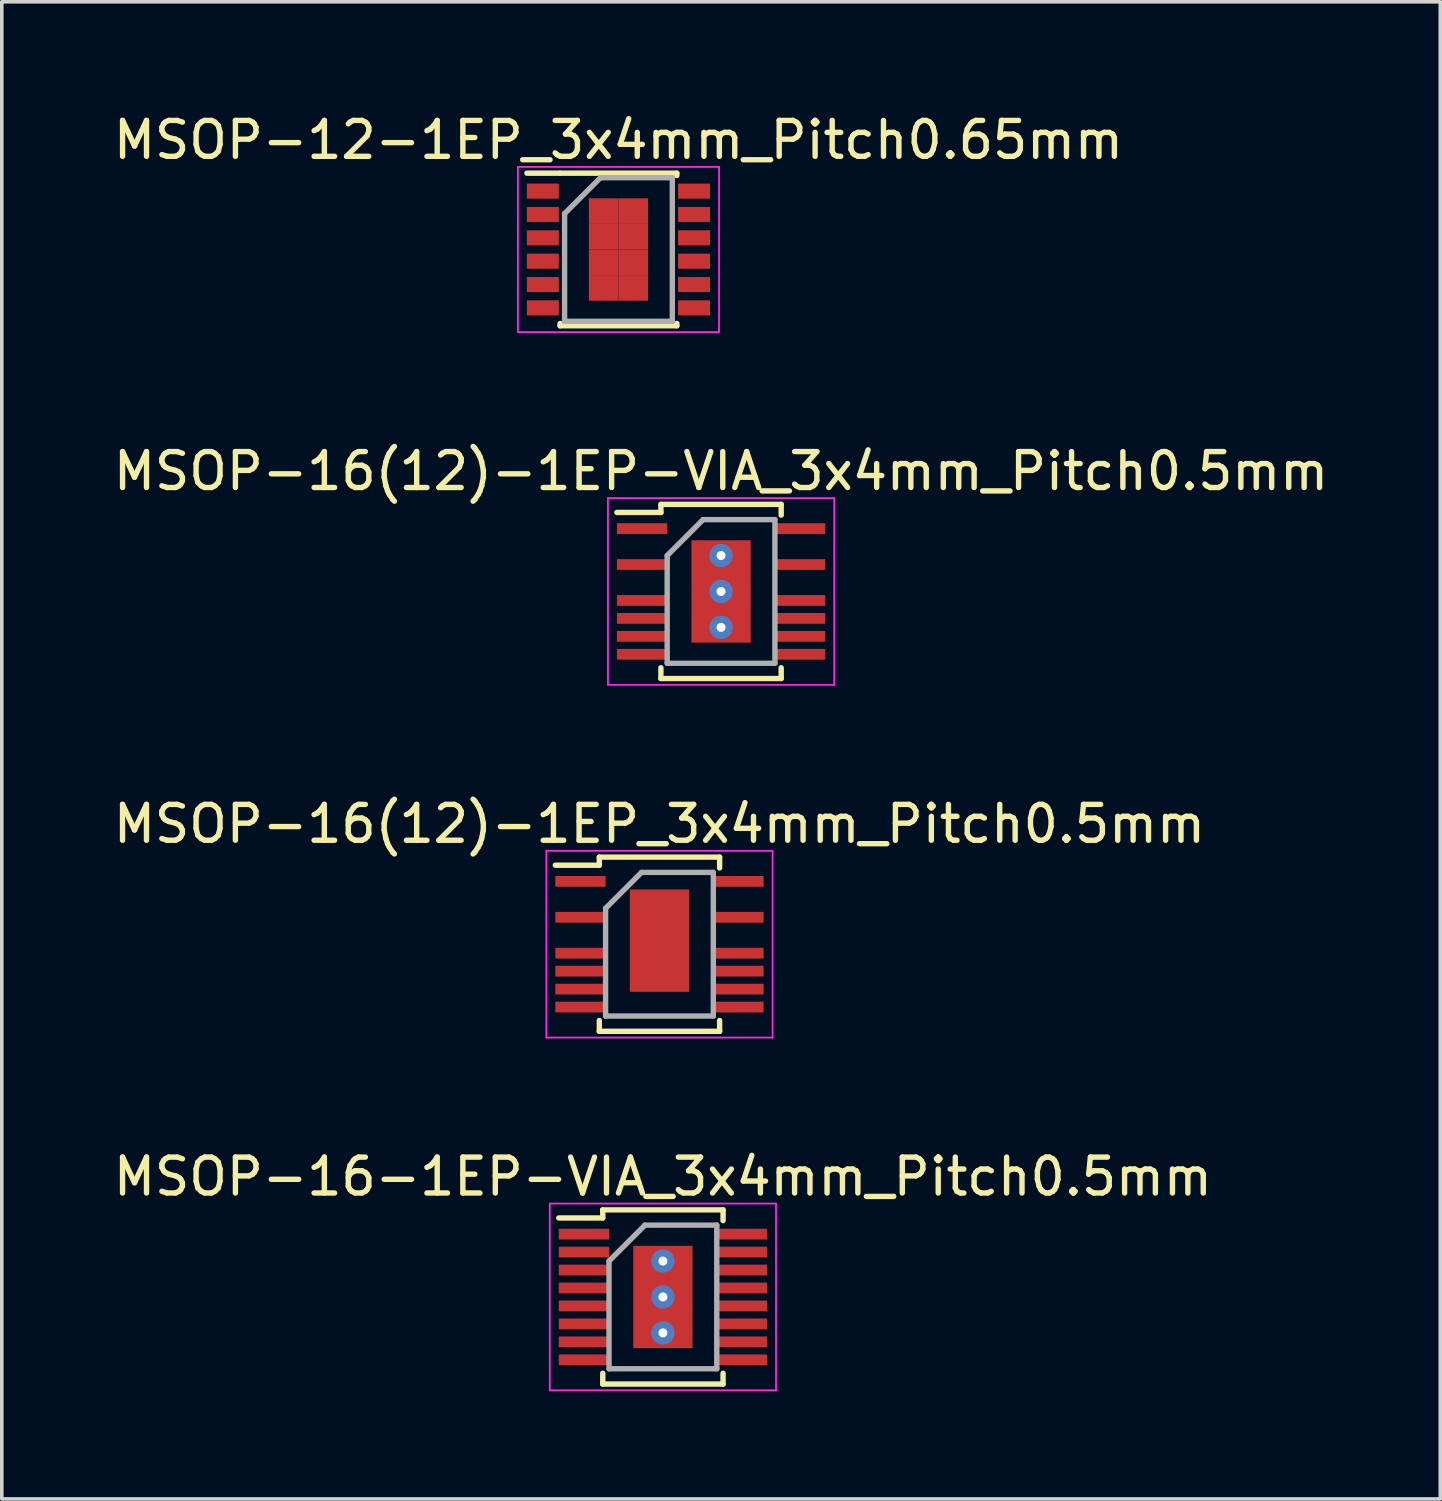
<source format=kicad_pcb>
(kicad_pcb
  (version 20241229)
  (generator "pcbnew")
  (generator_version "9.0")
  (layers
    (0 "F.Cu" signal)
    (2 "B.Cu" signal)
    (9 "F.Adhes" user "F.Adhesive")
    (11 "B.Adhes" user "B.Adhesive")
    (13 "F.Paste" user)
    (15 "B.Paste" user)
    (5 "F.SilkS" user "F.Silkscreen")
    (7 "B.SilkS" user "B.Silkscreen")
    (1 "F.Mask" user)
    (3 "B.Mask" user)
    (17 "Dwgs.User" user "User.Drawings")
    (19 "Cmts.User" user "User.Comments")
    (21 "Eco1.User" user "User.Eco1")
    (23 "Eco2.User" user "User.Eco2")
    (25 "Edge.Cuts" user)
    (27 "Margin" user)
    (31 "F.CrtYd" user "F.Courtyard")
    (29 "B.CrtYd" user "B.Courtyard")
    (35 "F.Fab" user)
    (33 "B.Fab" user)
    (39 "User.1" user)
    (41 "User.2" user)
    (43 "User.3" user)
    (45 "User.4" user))
  (footprint "MSOP-16(12)-1EP-VIA_3x4mm_Pitch0.5mm"
    (layer "F.Cu")
    (at 17.03 13.421)
    (property "Reference" "MSOP-16(12)-1EP-VIA_3x4mm_Pitch0.5mm" (at 0 -3.35 0) (layer "F.SilkS") (effects (font (size 1 1) (thickness 0.15))))
    (attr smd)
    (fp_line (start -1.675 -2.425) (end -1.675 -2.2) (stroke (width 0.15) (type solid)) (layer "F.SilkS"))
    (fp_line (start -1.675 -2.425) (end 1.675 -2.425) (stroke (width 0.15) (type solid)) (layer "F.SilkS"))
    (fp_line (start -1.675 -2.2) (end -2.9 -2.2) (stroke (width 0.15) (type solid)) (layer "F.SilkS"))
    (fp_line (start -1.675 2.425) (end -1.675 2.125) (stroke (width 0.15) (type solid)) (layer "F.SilkS"))
    (fp_line (start -1.675 2.425) (end 1.675 2.425) (stroke (width 0.15) (type solid)) (layer "F.SilkS"))
    (fp_line (start 1.675 -2.425) (end 1.675 -2.125) (stroke (width 0.15) (type solid)) (layer "F.SilkS"))
    (fp_line (start 1.675 2.425) (end 1.675 2.125) (stroke (width 0.15) (type solid)) (layer "F.SilkS"))
    (fp_line (start -3.15 -2.6) (end -3.15 2.6) (stroke (width 0.05) (type solid)) (layer "F.CrtYd"))
    (fp_line (start -3.15 -2.6) (end 3.15 -2.6) (stroke (width 0.05) (type solid)) (layer "F.CrtYd"))
    (fp_line (start -3.15 2.6) (end 3.15 2.6) (stroke (width 0.05) (type solid)) (layer "F.CrtYd"))
    (fp_line (start 3.15 -2.6) (end 3.15 2.6) (stroke (width 0.05) (type solid)) (layer "F.CrtYd"))
    (fp_line (start -1.5 -1) (end -0.5 -2) (stroke (width 0.15) (type solid)) (layer "F.Fab"))
    (fp_line (start -1.5 2) (end -1.5 -1) (stroke (width 0.15) (type solid)) (layer "F.Fab"))
    (fp_line (start -0.5 -2) (end 1.5 -2) (stroke (width 0.15) (type solid)) (layer "F.Fab"))
    (fp_line (start 1.5 -2) (end 1.5 2) (stroke (width 0.15) (type solid)) (layer "F.Fab"))
    (fp_line (start 1.5 2) (end -1.5 2) (stroke (width 0.15) (type solid)) (layer "F.Fab"))
    (pad "1" smd rect (at -2.2 -1.75) (size 1.4 0.3) (layers "F.Cu" "F.Mask" "F.Paste"))
    (pad "3" smd rect (at -2.2 -0.75) (size 1.4 0.3) (layers "F.Cu" "F.Mask" "F.Paste"))
    (pad "5" smd rect (at -2.2 0.25) (size 1.4 0.3) (layers "F.Cu" "F.Mask" "F.Paste"))
    (pad "6" smd rect (at -2.2 0.75) (size 1.4 0.3) (layers "F.Cu" "F.Mask" "F.Paste"))
    (pad "7" smd rect (at -2.2 1.25) (size 1.4 0.3) (layers "F.Cu" "F.Mask" "F.Paste"))
    (pad "8" smd rect (at -2.2 1.75) (size 1.4 0.3) (layers "F.Cu" "F.Mask" "F.Paste"))
    (pad "9" smd rect (at 2.2 1.75) (size 1.4 0.3) (layers "F.Cu" "F.Mask" "F.Paste"))
    (pad "10" smd rect (at 2.2 1.25) (size 1.4 0.3) (layers "F.Cu" "F.Mask" "F.Paste"))
    (pad "11" smd rect (at 2.2 0.75) (size 1.4 0.3) (layers "F.Cu" "F.Mask" "F.Paste"))
    (pad "12" smd rect (at 2.2 0.25) (size 1.4 0.3) (layers "F.Cu" "F.Mask" "F.Paste"))
    (pad "14" smd rect (at 2.2 -0.75) (size 1.4 0.3) (layers "F.Cu" "F.Mask" "F.Paste"))
    (pad "16" smd rect (at 2.2 -1.75) (size 1.4 0.3) (layers "F.Cu" "F.Mask" "F.Paste"))
    (pad "17" thru_hole circle (at 0 -1) (size 0.65 0.65) (drill 0.25) (layers "*.Cu" "*.Paste" "*.Mask"))
    (pad "17" thru_hole circle (at 0 0) (size 0.65 0.65) (drill 0.25) (layers "*.Cu" "*.Paste" "*.Mask"))
    (pad "17" smd rect (at 0 0) (size 1.65 2.85) (layers "F.Cu" "F.Mask" "F.Paste"))
    (pad "17" thru_hole circle (at 0 1) (size 0.65 0.65) (drill 0.25) (layers "*.Cu" "*.Paste" "*.Mask")))
  (footprint "MSOP-16(12)-1EP_3x4mm_Pitch0.5mm"
    (layer "F.Cu")
    (at 15.315 23.245)
    (property "Reference" "MSOP-16(12)-1EP_3x4mm_Pitch0.5mm" (at 0 -3.35 0) (layer "F.SilkS") (effects (font (size 1 1) (thickness 0.15))))
    (attr smd)
    (fp_line (start -1.675 -2.425) (end -1.675 -2.2) (stroke (width 0.15) (type solid)) (layer "F.SilkS"))
    (fp_line (start -1.675 -2.425) (end 1.675 -2.425) (stroke (width 0.15) (type solid)) (layer "F.SilkS"))
    (fp_line (start -1.675 -2.2) (end -2.9 -2.2) (stroke (width 0.15) (type solid)) (layer "F.SilkS"))
    (fp_line (start -1.675 2.425) (end -1.675 2.125) (stroke (width 0.15) (type solid)) (layer "F.SilkS"))
    (fp_line (start -1.675 2.425) (end 1.675 2.425) (stroke (width 0.15) (type solid)) (layer "F.SilkS"))
    (fp_line (start 1.675 -2.425) (end 1.675 -2.125) (stroke (width 0.15) (type solid)) (layer "F.SilkS"))
    (fp_line (start 1.675 2.425) (end 1.675 2.125) (stroke (width 0.15) (type solid)) (layer "F.SilkS"))
    (fp_line (start -3.15 -2.6) (end -3.15 2.6) (stroke (width 0.05) (type solid)) (layer "F.CrtYd"))
    (fp_line (start -3.15 -2.6) (end 3.15 -2.6) (stroke (width 0.05) (type solid)) (layer "F.CrtYd"))
    (fp_line (start -3.15 2.6) (end 3.15 2.6) (stroke (width 0.05) (type solid)) (layer "F.CrtYd"))
    (fp_line (start 3.15 -2.6) (end 3.15 2.6) (stroke (width 0.05) (type solid)) (layer "F.CrtYd"))
    (fp_line (start -1.5 -1) (end -0.5 -2) (stroke (width 0.15) (type solid)) (layer "F.Fab"))
    (fp_line (start -1.5 2) (end -1.5 -1) (stroke (width 0.15) (type solid)) (layer "F.Fab"))
    (fp_line (start -0.5 -2) (end 1.5 -2) (stroke (width 0.15) (type solid)) (layer "F.Fab"))
    (fp_line (start 1.5 -2) (end 1.5 2) (stroke (width 0.15) (type solid)) (layer "F.Fab"))
    (fp_line (start 1.5 2) (end -1.5 2) (stroke (width 0.15) (type solid)) (layer "F.Fab"))
    (pad "1" smd rect (at -2.2 -1.75) (size 1.4 0.3) (layers "F.Cu" "F.Mask" "F.Paste"))
    (pad "3" smd rect (at -2.2 -0.75) (size 1.4 0.3) (layers "F.Cu" "F.Mask" "F.Paste"))
    (pad "5" smd rect (at -2.2 0.25) (size 1.4 0.3) (layers "F.Cu" "F.Mask" "F.Paste"))
    (pad "6" smd rect (at -2.2 0.75) (size 1.4 0.3) (layers "F.Cu" "F.Mask" "F.Paste"))
    (pad "7" smd rect (at -2.2 1.25) (size 1.4 0.3) (layers "F.Cu" "F.Mask" "F.Paste"))
    (pad "8" smd rect (at -2.2 1.75) (size 1.4 0.3) (layers "F.Cu" "F.Mask" "F.Paste"))
    (pad "9" smd rect (at 2.2 1.75) (size 1.4 0.3) (layers "F.Cu" "F.Mask" "F.Paste"))
    (pad "10" smd rect (at 2.2 1.25) (size 1.4 0.3) (layers "F.Cu" "F.Mask" "F.Paste"))
    (pad "11" smd rect (at 2.2 0.75) (size 1.4 0.3) (layers "F.Cu" "F.Mask" "F.Paste"))
    (pad "12" smd rect (at 2.2 0.25) (size 1.4 0.3) (layers "F.Cu" "F.Mask" "F.Paste"))
    (pad "14" smd rect (at 2.2 -0.75) (size 1.4 0.3) (layers "F.Cu" "F.Mask" "F.Paste"))
    (pad "16" smd rect (at 2.2 -1.75) (size 1.4 0.3) (layers "F.Cu" "F.Mask" "F.Paste"))
    (pad "17" smd rect (at 0 -0.1) (size 1.65 2.85) (layers "F.Cu" "F.Mask" "F.Paste")))
  (footprint "MSOP-16-1EP-VIA_3x4mm_Pitch0.5mm"
    (layer "F.Cu")
    (at 15.411 33.068)
    (property "Reference" "MSOP-16-1EP-VIA_3x4mm_Pitch0.5mm" (at 0 -3.35 0) (layer "F.SilkS") (effects (font (size 1 1) (thickness 0.15))))
    (attr smd)
    (fp_line (start -1.675 -2.425) (end -1.675 -2.2) (stroke (width 0.15) (type solid)) (layer "F.SilkS"))
    (fp_line (start -1.675 -2.425) (end 1.675 -2.425) (stroke (width 0.15) (type solid)) (layer "F.SilkS"))
    (fp_line (start -1.675 -2.2) (end -2.9 -2.2) (stroke (width 0.15) (type solid)) (layer "F.SilkS"))
    (fp_line (start -1.675 2.425) (end -1.675 2.125) (stroke (width 0.15) (type solid)) (layer "F.SilkS"))
    (fp_line (start -1.675 2.425) (end 1.675 2.425) (stroke (width 0.15) (type solid)) (layer "F.SilkS"))
    (fp_line (start 1.675 -2.425) (end 1.675 -2.125) (stroke (width 0.15) (type solid)) (layer "F.SilkS"))
    (fp_line (start 1.675 2.425) (end 1.675 2.125) (stroke (width 0.15) (type solid)) (layer "F.SilkS"))
    (fp_line (start -3.15 -2.6) (end -3.15 2.6) (stroke (width 0.05) (type solid)) (layer "F.CrtYd"))
    (fp_line (start -3.15 -2.6) (end 3.15 -2.6) (stroke (width 0.05) (type solid)) (layer "F.CrtYd"))
    (fp_line (start -3.15 2.6) (end 3.15 2.6) (stroke (width 0.05) (type solid)) (layer "F.CrtYd"))
    (fp_line (start 3.15 -2.6) (end 3.15 2.6) (stroke (width 0.05) (type solid)) (layer "F.CrtYd"))
    (fp_line (start -1.5 -1) (end -0.5 -2) (stroke (width 0.15) (type solid)) (layer "F.Fab"))
    (fp_line (start -1.5 2) (end -1.5 -1) (stroke (width 0.15) (type solid)) (layer "F.Fab"))
    (fp_line (start -0.5 -2) (end 1.5 -2) (stroke (width 0.15) (type solid)) (layer "F.Fab"))
    (fp_line (start 1.5 -2) (end 1.5 2) (stroke (width 0.15) (type solid)) (layer "F.Fab"))
    (fp_line (start 1.5 2) (end -1.5 2) (stroke (width 0.15) (type solid)) (layer "F.Fab"))
    (pad "1" smd rect (at -2.2 -1.75) (size 1.4 0.3) (layers "F.Cu" "F.Mask" "F.Paste"))
    (pad "2" smd rect (at -2.2 -1.25) (size 1.4 0.3) (layers "F.Cu" "F.Mask" "F.Paste"))
    (pad "3" smd rect (at -2.2 -0.75) (size 1.4 0.3) (layers "F.Cu" "F.Mask" "F.Paste"))
    (pad "4" smd rect (at -2.2 -0.25) (size 1.4 0.3) (layers "F.Cu" "F.Mask" "F.Paste"))
    (pad "5" smd rect (at -2.2 0.25) (size 1.4 0.3) (layers "F.Cu" "F.Mask" "F.Paste"))
    (pad "6" smd rect (at -2.2 0.75) (size 1.4 0.3) (layers "F.Cu" "F.Mask" "F.Paste"))
    (pad "7" smd rect (at -2.2 1.25) (size 1.4 0.3) (layers "F.Cu" "F.Mask" "F.Paste"))
    (pad "8" smd rect (at -2.2 1.75) (size 1.4 0.3) (layers "F.Cu" "F.Mask" "F.Paste"))
    (pad "9" smd rect (at 2.2 1.75) (size 1.4 0.3) (layers "F.Cu" "F.Mask" "F.Paste"))
    (pad "10" smd rect (at 2.2 1.25) (size 1.4 0.3) (layers "F.Cu" "F.Mask" "F.Paste"))
    (pad "11" smd rect (at 2.2 0.75) (size 1.4 0.3) (layers "F.Cu" "F.Mask" "F.Paste"))
    (pad "12" smd rect (at 2.2 0.25) (size 1.4 0.3) (layers "F.Cu" "F.Mask" "F.Paste"))
    (pad "13" smd rect (at 2.2 -0.25) (size 1.4 0.3) (layers "F.Cu" "F.Mask" "F.Paste"))
    (pad "14" smd rect (at 2.2 -0.75) (size 1.4 0.3) (layers "F.Cu" "F.Mask" "F.Paste"))
    (pad "15" smd rect (at 2.2 -1.25) (size 1.4 0.3) (layers "F.Cu" "F.Mask" "F.Paste"))
    (pad "16" smd rect (at 2.2 -1.75) (size 1.4 0.3) (layers "F.Cu" "F.Mask" "F.Paste"))
    (pad "17" thru_hole circle (at 0 -1) (size 0.65 0.65) (drill 0.25) (layers "*.Cu" "*.Paste" "*.Mask"))
    (pad "17" thru_hole circle (at 0 0) (size 0.65 0.65) (drill 0.25) (layers "*.Cu" "*.Paste" "*.Mask"))
    (pad "17" smd rect (at 0 0) (size 1.65 2.85) (layers "F.Cu" "F.Mask" "F.Paste"))
    (pad "17" thru_hole circle (at 0 1) (size 0.65 0.65) (drill 0.25) (layers "*.Cu" "*.Paste" "*.Mask")))
  (footprint "MSOP-12-1EP_3x4mm_Pitch0.65mm"
    (layer "F.Cu")
    (at 14.173 3.898)
    (property "Reference" "MSOP-12-1EP_3x4mm_Pitch0.65mm" (at 0 -3.05 0) (layer "F.SilkS") (effects (font (size 1 1) (thickness 0.15))))
    (attr smd)
    (fp_line (start -1.625 -2.125) (end -2.55 -2.125) (stroke (width 0.15) (type solid)) (layer "F.SilkS"))
    (fp_line (start -1.625 -2.125) (end 1.625 -2.125) (stroke (width 0.15) (type solid)) (layer "F.SilkS"))
    (fp_line (start -1.625 2.125) (end -1.625 2.06) (stroke (width 0.15) (type solid)) (layer "F.SilkS"))
    (fp_line (start -1.625 2.125) (end 1.625 2.125) (stroke (width 0.15) (type solid)) (layer "F.SilkS"))
    (fp_line (start 1.625 -2.125) (end 1.625 -2.06) (stroke (width 0.15) (type solid)) (layer "F.SilkS"))
    (fp_line (start 1.625 2.125) (end 1.625 2.06) (stroke (width 0.15) (type solid)) (layer "F.SilkS"))
    (fp_line (start -2.8 -2.3) (end -2.8 2.3) (stroke (width 0.05) (type solid)) (layer "F.CrtYd"))
    (fp_line (start -2.8 -2.3) (end 2.8 -2.3) (stroke (width 0.05) (type solid)) (layer "F.CrtYd"))
    (fp_line (start -2.8 2.3) (end 2.8 2.3) (stroke (width 0.05) (type solid)) (layer "F.CrtYd"))
    (fp_line (start 2.8 -2.3) (end 2.8 2.3) (stroke (width 0.05) (type solid)) (layer "F.CrtYd"))
    (fp_line (start -1.5 -1) (end -0.5 -2) (stroke (width 0.15) (type solid)) (layer "F.Fab"))
    (fp_line (start -1.5 2) (end -1.5 -1) (stroke (width 0.15) (type solid)) (layer "F.Fab"))
    (fp_line (start -0.5 -2) (end 1.5 -2) (stroke (width 0.15) (type solid)) (layer "F.Fab"))
    (fp_line (start 1.5 -2) (end 1.5 2) (stroke (width 0.15) (type solid)) (layer "F.Fab"))
    (fp_line (start 1.5 2) (end -1.5 2) (stroke (width 0.15) (type solid)) (layer "F.Fab"))
    (pad "1" smd rect (at -2.105 -1.625) (size 0.89 0.42) (layers "F.Cu" "F.Mask" "F.Paste"))
    (pad "2" smd rect (at -2.105 -0.975) (size 0.89 0.42) (layers "F.Cu" "F.Mask" "F.Paste"))
    (pad "3" smd rect (at -2.105 -0.325) (size 0.89 0.42) (layers "F.Cu" "F.Mask" "F.Paste"))
    (pad "4" smd rect (at -2.105 0.325) (size 0.89 0.42) (layers "F.Cu" "F.Mask" "F.Paste"))
    (pad "5" smd rect (at -2.105 0.975) (size 0.89 0.42) (layers "F.Cu" "F.Mask" "F.Paste"))
    (pad "6" smd rect (at -2.105 1.625) (size 0.89 0.42) (layers "F.Cu" "F.Mask" "F.Paste"))
    (pad "7" smd rect (at 2.105 1.625) (size 0.89 0.42) (layers "F.Cu" "F.Mask" "F.Paste"))
    (pad "8" smd rect (at 2.105 0.975) (size 0.89 0.42) (layers "F.Cu" "F.Mask" "F.Paste"))
    (pad "9" smd rect (at 2.105 0.325) (size 0.89 0.42) (layers "F.Cu" "F.Mask" "F.Paste"))
    (pad "10" smd rect (at 2.105 -0.325) (size 0.89 0.42) (layers "F.Cu" "F.Mask" "F.Paste"))
    (pad "11" smd rect (at 2.105 -0.975) (size 0.89 0.42) (layers "F.Cu" "F.Mask" "F.Paste"))
    (pad "12" smd rect (at 2.105 -1.625) (size 0.89 0.42) (layers "F.Cu" "F.Mask" "F.Paste"))
    (pad "13" smd rect (at -0.412 -1.069) (size 0.825 0.713) (layers "F.Cu" "F.Mask" "F.Paste"))
    (pad "13" smd rect (at -0.412 -0.356) (size 0.825 0.713) (layers "F.Cu" "F.Mask" "F.Paste"))
    (pad "13" smd rect (at -0.412 0.356) (size 0.825 0.713) (layers "F.Cu" "F.Mask" "F.Paste"))
    (pad "13" smd rect (at -0.412 1.069) (size 0.825 0.713) (layers "F.Cu" "F.Mask" "F.Paste"))
    (pad "13" smd rect (at 0.412 -1.069) (size 0.825 0.713) (layers "F.Cu" "F.Mask" "F.Paste"))
    (pad "13" smd rect (at 0.412 -0.356) (size 0.825 0.713) (layers "F.Cu" "F.Mask" "F.Paste"))
    (pad "13" smd rect (at 0.412 0.356) (size 0.825 0.713) (layers "F.Cu" "F.Mask" "F.Paste"))
    (pad "13" smd rect (at 0.412 1.069) (size 0.825 0.713) (layers "F.Cu" "F.Mask" "F.Paste")))
  (gr_rect
    (start -3 -3)
    (end 37.06 38.693)
    (stroke (width 0.1) (type default))
    (fill no)
    (layer "Edge.Cuts")))
</source>
